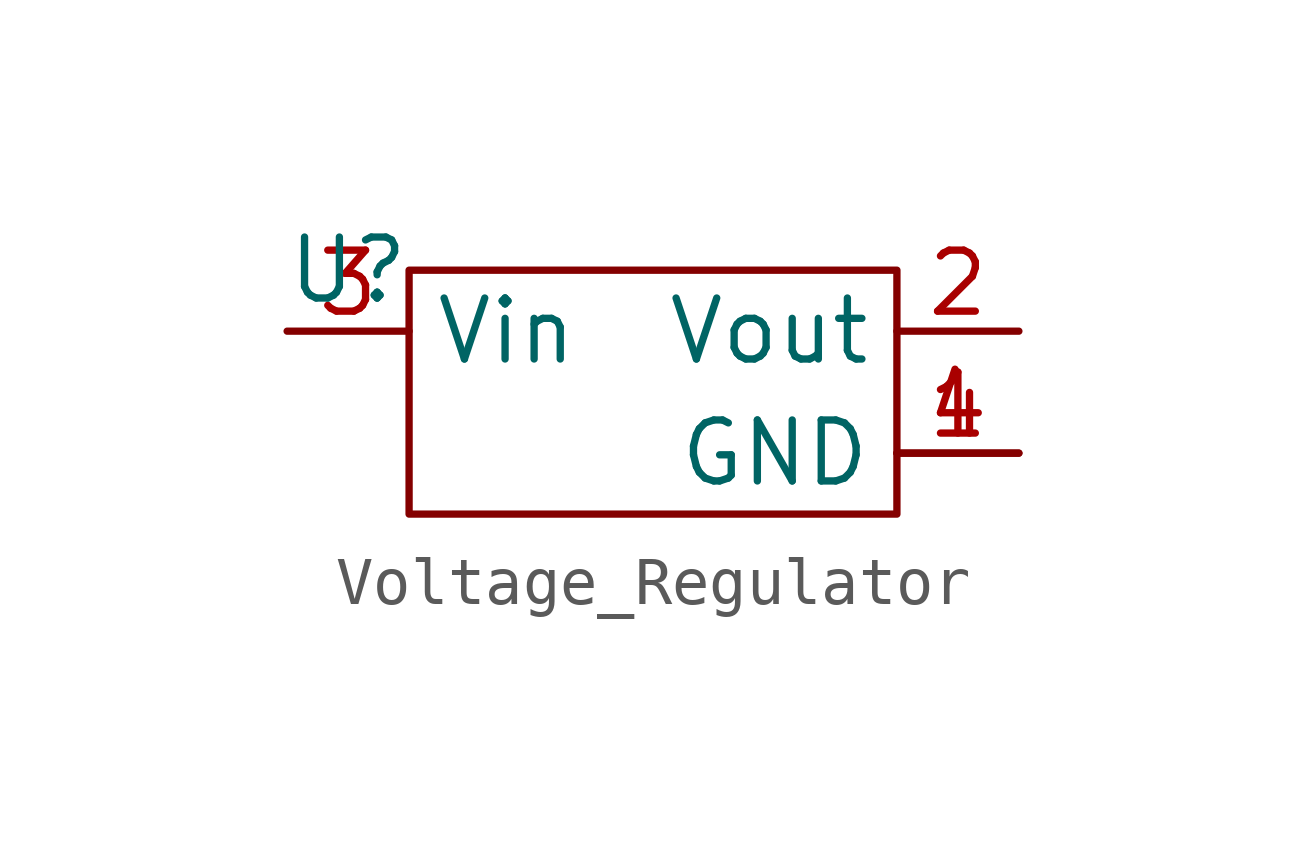
<source format=kicad_sym>
(kicad_symbol_lib
  (version 20241209)
  (generator "kicad_symbol_editor")
  (generator_version "9.0")
  (symbol "Voltage_Regulator"
    (property "Reference" "U"
      (at 0 0 0)
      (effects (font (size 1.27 1.27))))
    (property "Value" ""
      (at 0 0 0)
      (effects (font (size 1.27 1.27))))
    (symbol "Voltage_Regulator_0_1"
      (rectangle (start 1.27 0) (end 11.43 -5.08) (stroke (width 0) (type default)) (fill (type none))))
    (symbol "Voltage_Regulator_1_1"
      (pin input line (at -1.27 -1.27 0) (length 2.54) (name "Vin" (effects (font (size 1.27 1.27)))) (number "3" (effects (font (size 1.27 1.27)))))
      (pin output line (at 13.97 -1.27 180) (length 2.54) (name "Vout" (effects (font (size 1.27 1.27)))) (number "2" (effects (font (size 1.27 1.27)))))
      (pin passive line (at 13.97 -3.81 180) (length 2.54) (name "GND" (effects (font (size 1.27 1.27)))) (number "1" (effects (font (size 1.27 1.27)))))
      (pin free line (at 13.97 -3.81 180) (length 2.54) (name "" (effects (font (size 1.27 1.27)))) (number "4" (effects (font (size 1.27 1.27))))))))
</source>
